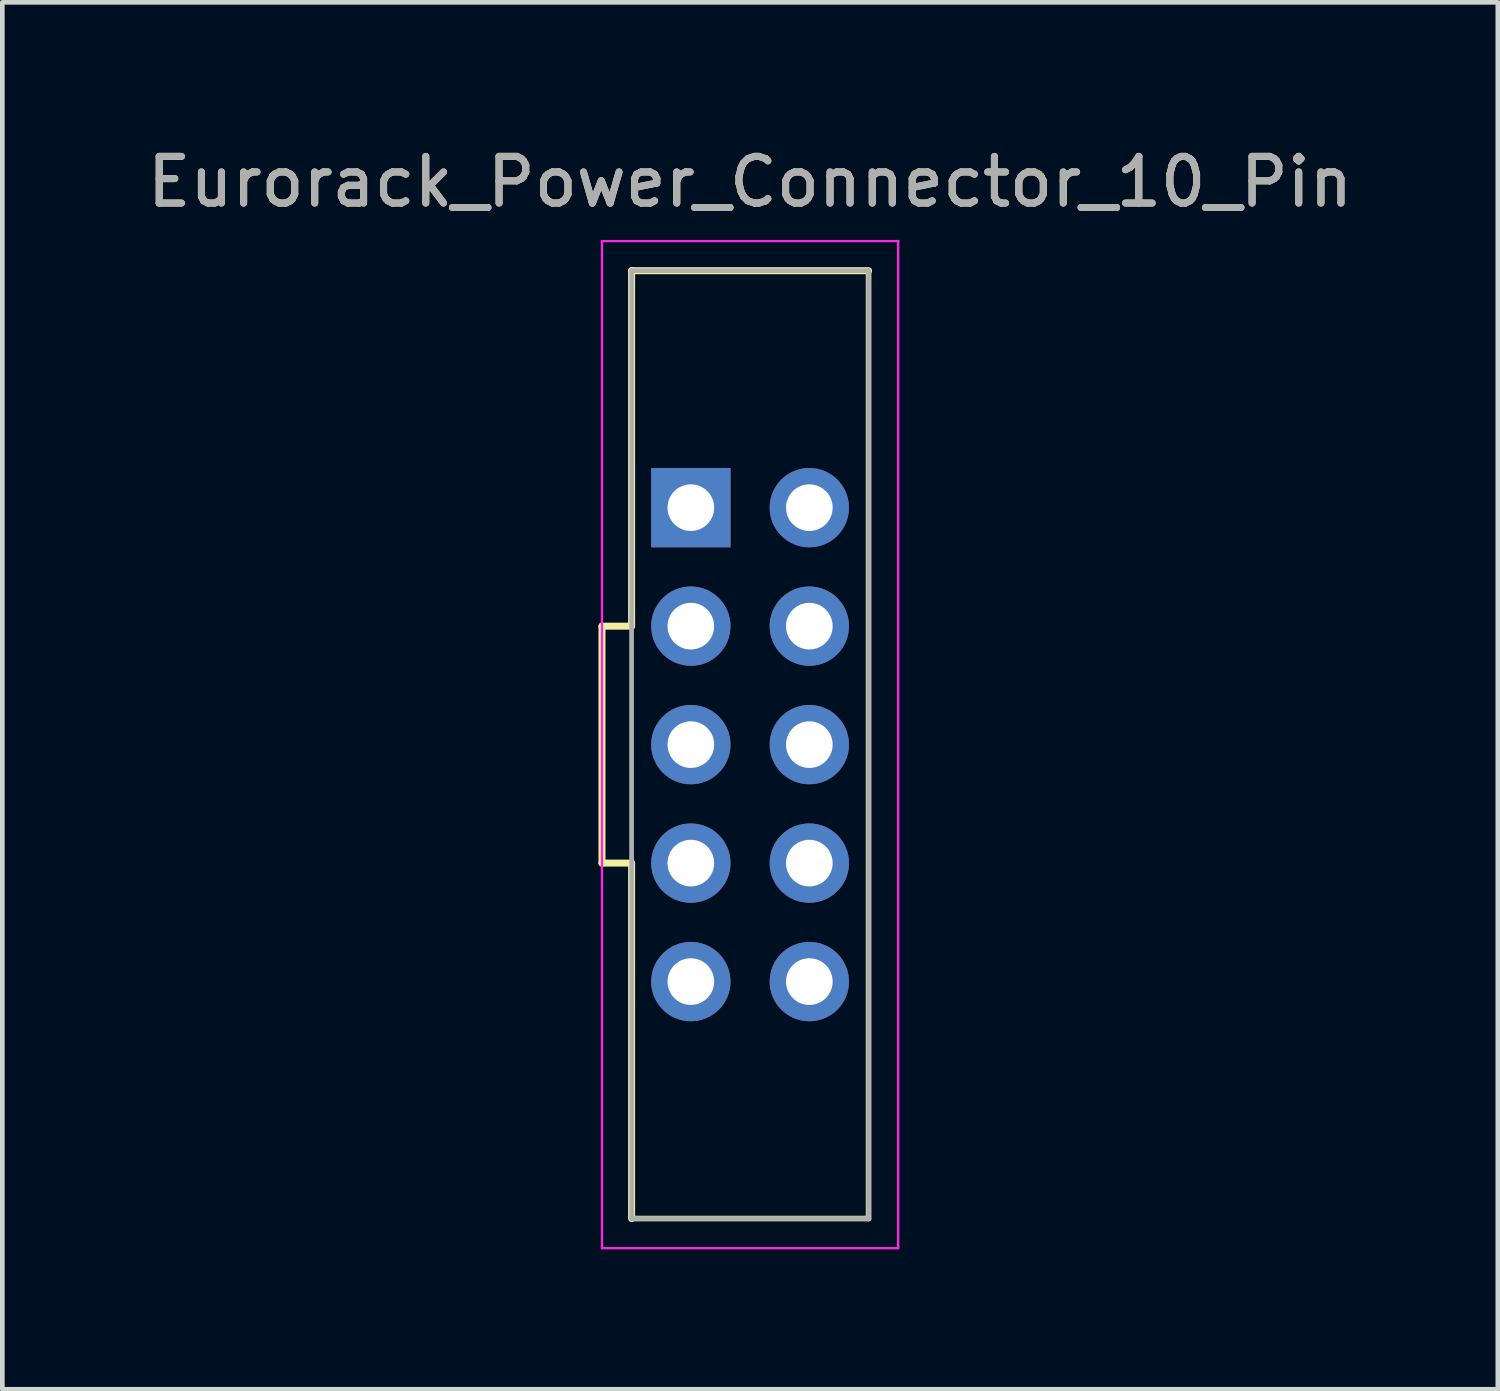
<source format=kicad_pcb>
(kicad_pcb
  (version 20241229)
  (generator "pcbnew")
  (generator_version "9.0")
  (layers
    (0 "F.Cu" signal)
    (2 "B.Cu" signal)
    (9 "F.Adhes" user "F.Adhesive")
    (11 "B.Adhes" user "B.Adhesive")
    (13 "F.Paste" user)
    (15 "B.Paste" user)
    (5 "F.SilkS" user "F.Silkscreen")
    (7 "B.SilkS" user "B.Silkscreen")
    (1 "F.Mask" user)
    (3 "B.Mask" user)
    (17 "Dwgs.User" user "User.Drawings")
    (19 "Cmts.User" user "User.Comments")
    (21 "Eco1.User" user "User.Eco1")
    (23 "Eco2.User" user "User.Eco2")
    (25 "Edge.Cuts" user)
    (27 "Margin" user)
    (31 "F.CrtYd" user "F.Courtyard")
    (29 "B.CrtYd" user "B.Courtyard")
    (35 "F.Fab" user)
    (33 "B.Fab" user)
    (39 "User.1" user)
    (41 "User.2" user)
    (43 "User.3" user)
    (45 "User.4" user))
  (footprint "Eurorack_Power_Connector_10_Pin"
    (layer "F.Cu")
    (at 13.03 12.913)
    (property "Reference" "Eurorack_Power_Connector_10_Pin" (at 0 -12.065 0) (layer "F.SilkS") (effects (font (size 1 1) (thickness 0.15))))
    (attr through_hole)
    (fp_line (start -3.175 -2.54) (end -3.175 2.54) (stroke (width 0.15) (type solid)) (layer "F.SilkS"))
    (fp_line (start -3.175 -2.54) (end -2.54 -2.54) (stroke (width 0.15) (type solid)) (layer "F.SilkS"))
    (fp_line (start -3.175 2.54) (end -2.54 2.54) (stroke (width 0.15) (type solid)) (layer "F.SilkS"))
    (fp_line (start -2.54 -10.16) (end -2.54 -2.54) (stroke (width 0.15) (type solid)) (layer "F.SilkS"))
    (fp_line (start -2.54 -10.16) (end 2.54 -10.16) (stroke (width 0.15) (type solid)) (layer "F.SilkS"))
    (fp_line (start -2.54 2.54) (end -2.54 10.16) (stroke (width 0.15) (type solid)) (layer "F.SilkS"))
    (fp_line (start -2.54 10.16) (end 2.54 10.16) (stroke (width 0.12) (type solid)) (layer "F.SilkS"))
    (fp_line (start 2.54 -10.16) (end 2.54 10.16) (stroke (width 0.12) (type solid)) (layer "F.SilkS"))
    (fp_line (start -3.175 -10.795) (end -3.175 10.795) (stroke (width 0.05) (type solid)) (layer "F.CrtYd"))
    (fp_line (start -3.175 10.795) (end 3.175 10.795) (stroke (width 0.05) (type solid)) (layer "F.CrtYd"))
    (fp_line (start 3.175 -10.795) (end -3.175 -10.795) (stroke (width 0.05) (type solid)) (layer "F.CrtYd"))
    (fp_line (start 3.175 10.795) (end 3.175 -10.795) (stroke (width 0.05) (type solid)) (layer "F.CrtYd"))
    (fp_line (start -2.54 -10.16) (end 2.54 -10.16) (stroke (width 0.1) (type solid)) (layer "F.Fab"))
    (fp_line (start -2.54 10.16) (end -2.54 -10.16) (stroke (width 0.1) (type solid)) (layer "F.Fab"))
    (fp_line (start 2.54 -10.16) (end 2.54 10.16) (stroke (width 0.1) (type solid)) (layer "F.Fab"))
    (fp_line (start 2.54 10.16) (end -2.54 10.16) (stroke (width 0.1) (type solid)) (layer "F.Fab"))
    (fp_text user "${REFERENCE}" (at 0 -12.065 180) (layer "F.Fab") (effects (font (size 1 1) (thickness 0.15))))
    (pad "-12V" thru_hole rect (at -1.27 -5.08) (size 1.7 1.7) (drill 1) (layers "*.Cu" "*.Mask"))
    (pad ".-2V" thru_hole oval (at 1.27 -5.08) (size 1.7 1.7) (drill 1) (layers "*.Cu" "*.Mask"))
    (pad "12V" thru_hole oval (at -1.27 5.08) (size 1.7 1.7) (drill 1) (layers "*.Cu" "*.Mask"))
    (pad "12V" thru_hole oval (at 1.27 5.08) (size 1.7 1.7) (drill 1) (layers "*.Cu" "*.Mask"))
    (pad "GND" thru_hole oval (at -1.27 -2.54) (size 1.7 1.7) (drill 1) (layers "*.Cu" "*.Mask"))
    (pad "GND" thru_hole oval (at -1.27 0) (size 1.7 1.7) (drill 1) (layers "*.Cu" "*.Mask"))
    (pad "GND" thru_hole oval (at -1.27 2.54) (size 1.7 1.7) (drill 1) (layers "*.Cu" "*.Mask"))
    (pad "GND" thru_hole oval (at 1.27 -2.54) (size 1.7 1.7) (drill 1) (layers "*.Cu" "*.Mask"))
    (pad "GND" thru_hole oval (at 1.27 0) (size 1.7 1.7) (drill 1) (layers "*.Cu" "*.Mask"))
    (pad "GND" thru_hole oval (at 1.27 2.54) (size 1.7 1.7) (drill 1) (layers "*.Cu" "*.Mask")))
  (gr_rect
    (start -3 -3)
    (end 29.06 26.733)
    (stroke (width 0.1) (type default))
    (fill no)
    (layer "Edge.Cuts")))
</source>
